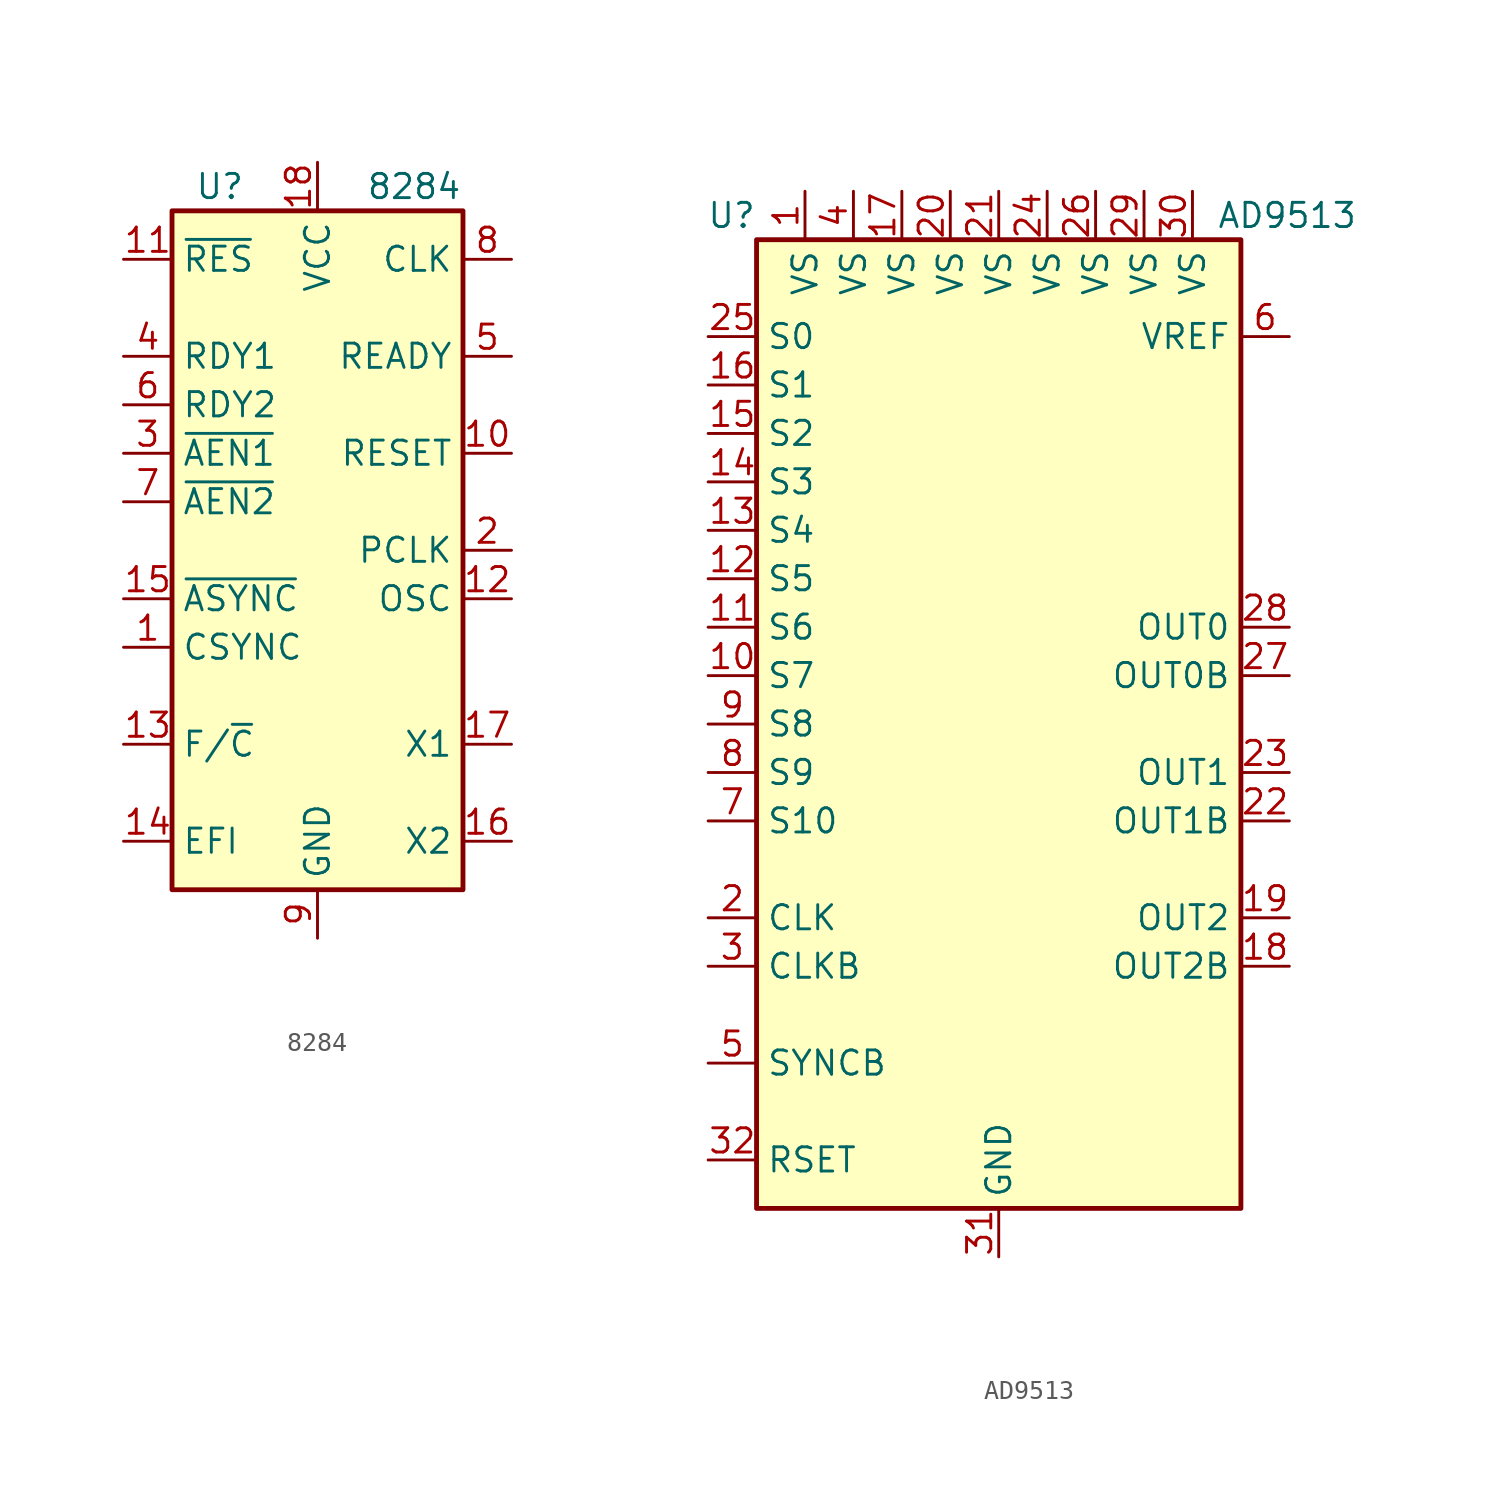
<source format=kicad_sym>
(kicad_symbol_lib
  (version 20220914)
  (generator kicad_symbol_editor)
  (symbol "8284"
    (property "Reference" "U"
      (at -3.81 19.05 0)
      (effects (font (size 1.27 1.27)) (justify right)))
    (property "Value" "8284"
      (at 2.54 19.05 0)
      (effects (font (size 1.27 1.27)) (justify left)))
    (symbol "8284_0_0"
      (rectangle (start -7.62 -17.78) (end 7.62 17.78) (stroke (width 0.254) (type default)) (fill (type background))))
    (symbol "8284_1_1"
      (pin input line (at -10.16 -5.08 0) (length 2.54) (name "CSYNC" (effects (font (size 1.27 1.27)))) (number "1" (effects (font (size 1.27 1.27)))))
      (pin output line (at 10.16 5.08 180) (length 2.54) (name "RESET" (effects (font (size 1.27 1.27)))) (number "10" (effects (font (size 1.27 1.27)))))
      (pin input line (at -10.16 15.24 0) (length 2.54) (name "~{RES}" (effects (font (size 1.27 1.27)))) (number "11" (effects (font (size 1.27 1.27)))))
      (pin output line (at 10.16 -2.54 180) (length 2.54) (name "OSC" (effects (font (size 1.27 1.27)))) (number "12" (effects (font (size 1.27 1.27)))))
      (pin input line (at -10.16 -10.16 0) (length 2.54) (name "F/~{C}" (effects (font (size 1.27 1.27)))) (number "13" (effects (font (size 1.27 1.27)))))
      (pin input line (at -10.16 -15.24 0) (length 2.54) (name "EFI" (effects (font (size 1.27 1.27)))) (number "14" (effects (font (size 1.27 1.27)))))
      (pin input line (at -10.16 -2.54 0) (length 2.54) (name "~{ASYNC}" (effects (font (size 1.27 1.27)))) (number "15" (effects (font (size 1.27 1.27)))))
      (pin output line (at 10.16 -15.24 180) (length 2.54) (name "X2" (effects (font (size 1.27 1.27)))) (number "16" (effects (font (size 1.27 1.27)))))
      (pin input line (at 10.16 -10.16 180) (length 2.54) (name "X1" (effects (font (size 1.27 1.27)))) (number "17" (effects (font (size 1.27 1.27)))))
      (pin power_in line (at 0 20.32 270) (length 2.54) (name "VCC" (effects (font (size 1.27 1.27)))) (number "18" (effects (font (size 1.27 1.27)))))
      (pin output line (at 10.16 0 180) (length 2.54) (name "PCLK" (effects (font (size 1.27 1.27)))) (number "2" (effects (font (size 1.27 1.27)))))
      (pin input line (at -10.16 5.08 0) (length 2.54) (name "~{AEN1}" (effects (font (size 1.27 1.27)))) (number "3" (effects (font (size 1.27 1.27)))))
      (pin input line (at -10.16 10.16 0) (length 2.54) (name "RDY1" (effects (font (size 1.27 1.27)))) (number "4" (effects (font (size 1.27 1.27)))))
      (pin output line (at 10.16 10.16 180) (length 2.54) (name "READY" (effects (font (size 1.27 1.27)))) (number "5" (effects (font (size 1.27 1.27)))))
      (pin input line (at -10.16 7.62 0) (length 2.54) (name "RDY2" (effects (font (size 1.27 1.27)))) (number "6" (effects (font (size 1.27 1.27)))))
      (pin input line (at -10.16 2.54 0) (length 2.54) (name "~{AEN2}" (effects (font (size 1.27 1.27)))) (number "7" (effects (font (size 1.27 1.27)))))
      (pin output line (at 10.16 15.24 180) (length 2.54) (name "CLK" (effects (font (size 1.27 1.27)))) (number "8" (effects (font (size 1.27 1.27)))))
      (pin power_in line (at 0 -20.32 90) (length 2.54) (name "GND" (effects (font (size 1.27 1.27)))) (number "9" (effects (font (size 1.27 1.27)))))))
  (symbol "AD9513"
    (property "Reference" "U"
      (at -12.7 26.67 0)
      (effects (font (size 1.27 1.27)) (justify right)))
    (property "Value" "AD9513"
      (at 11.43 26.67 0)
      (effects (font (size 1.27 1.27)) (justify left)))
    (symbol "AD9513_0_1"
      (rectangle (start -12.7 25.4) (end 12.7 -25.4) (stroke (width 0.254) (type default)) (fill (type background))))
    (symbol "AD9513_1_1"
      (pin power_in line (at -10.16 27.94 270) (length 2.54) (name "VS" (effects (font (size 1.27 1.27)))) (number "1" (effects (font (size 1.27 1.27)))))
      (pin input line (at -15.24 2.54 0) (length 2.54) (name "S7" (effects (font (size 1.27 1.27)))) (number "10" (effects (font (size 1.27 1.27)))))
      (pin input line (at -15.24 5.08 0) (length 2.54) (name "S6" (effects (font (size 1.27 1.27)))) (number "11" (effects (font (size 1.27 1.27)))))
      (pin input line (at -15.24 7.62 0) (length 2.54) (name "S5" (effects (font (size 1.27 1.27)))) (number "12" (effects (font (size 1.27 1.27)))))
      (pin input line (at -15.24 10.16 0) (length 2.54) (name "S4" (effects (font (size 1.27 1.27)))) (number "13" (effects (font (size 1.27 1.27)))))
      (pin input line (at -15.24 12.7 0) (length 2.54) (name "S3" (effects (font (size 1.27 1.27)))) (number "14" (effects (font (size 1.27 1.27)))))
      (pin input line (at -15.24 15.24 0) (length 2.54) (name "S2" (effects (font (size 1.27 1.27)))) (number "15" (effects (font (size 1.27 1.27)))))
      (pin input line (at -15.24 17.78 0) (length 2.54) (name "S1" (effects (font (size 1.27 1.27)))) (number "16" (effects (font (size 1.27 1.27)))))
      (pin power_in line (at -5.08 27.94 270) (length 2.54) (name "VS" (effects (font (size 1.27 1.27)))) (number "17" (effects (font (size 1.27 1.27)))))
      (pin output line (at 15.24 -12.7 180) (length 2.54) (name "OUT2B" (effects (font (size 1.27 1.27)))) (number "18" (effects (font (size 1.27 1.27)))))
      (pin output line (at 15.24 -10.16 180) (length 2.54) (name "OUT2" (effects (font (size 1.27 1.27)))) (number "19" (effects (font (size 1.27 1.27)))))
      (pin input line (at -15.24 -10.16 0) (length 2.54) (name "CLK" (effects (font (size 1.27 1.27)))) (number "2" (effects (font (size 1.27 1.27)))))
      (pin power_in line (at -2.54 27.94 270) (length 2.54) (name "VS" (effects (font (size 1.27 1.27)))) (number "20" (effects (font (size 1.27 1.27)))))
      (pin power_in line (at 0 27.94 270) (length 2.54) (name "VS" (effects (font (size 1.27 1.27)))) (number "21" (effects (font (size 1.27 1.27)))))
      (pin output line (at 15.24 -5.08 180) (length 2.54) (name "OUT1B" (effects (font (size 1.27 1.27)))) (number "22" (effects (font (size 1.27 1.27)))))
      (pin output line (at 15.24 -2.54 180) (length 2.54) (name "OUT1" (effects (font (size 1.27 1.27)))) (number "23" (effects (font (size 1.27 1.27)))))
      (pin power_in line (at 2.54 27.94 270) (length 2.54) (name "VS" (effects (font (size 1.27 1.27)))) (number "24" (effects (font (size 1.27 1.27)))))
      (pin input line (at -15.24 20.32 0) (length 2.54) (name "S0" (effects (font (size 1.27 1.27)))) (number "25" (effects (font (size 1.27 1.27)))))
      (pin power_in line (at 5.08 27.94 270) (length 2.54) (name "VS" (effects (font (size 1.27 1.27)))) (number "26" (effects (font (size 1.27 1.27)))))
      (pin output line (at 15.24 2.54 180) (length 2.54) (name "OUT0B" (effects (font (size 1.27 1.27)))) (number "27" (effects (font (size 1.27 1.27)))))
      (pin output line (at 15.24 5.08 180) (length 2.54) (name "OUT0" (effects (font (size 1.27 1.27)))) (number "28" (effects (font (size 1.27 1.27)))))
      (pin power_in line (at 7.62 27.94 270) (length 2.54) (name "VS" (effects (font (size 1.27 1.27)))) (number "29" (effects (font (size 1.27 1.27)))))
      (pin input line (at -15.24 -12.7 0) (length 2.54) (name "CLKB" (effects (font (size 1.27 1.27)))) (number "3" (effects (font (size 1.27 1.27)))))
      (pin power_in line (at 10.16 27.94 270) (length 2.54) (name "VS" (effects (font (size 1.27 1.27)))) (number "30" (effects (font (size 1.27 1.27)))))
      (pin power_in line (at 0 -27.94 90) (length 2.54) (name "GND" (effects (font (size 1.27 1.27)))) (number "31" (effects (font (size 1.27 1.27)))))
      (pin passive line (at -15.24 -22.86 0) (length 2.54) (name "RSET" (effects (font (size 1.27 1.27)))) (number "32" (effects (font (size 1.27 1.27)))))
      (pin passive line (at 0 -27.94 90) (length 2.54) hide (name "GND" (effects (font (size 1.27 1.27)))) (number "33" (effects (font (size 1.27 1.27)))))
      (pin power_in line (at -7.62 27.94 270) (length 2.54) (name "VS" (effects (font (size 1.27 1.27)))) (number "4" (effects (font (size 1.27 1.27)))))
      (pin input line (at -15.24 -17.78 0) (length 2.54) (name "SYNCB" (effects (font (size 1.27 1.27)))) (number "5" (effects (font (size 1.27 1.27)))))
      (pin power_out line (at 15.24 20.32 180) (length 2.54) (name "VREF" (effects (font (size 1.27 1.27)))) (number "6" (effects (font (size 1.27 1.27)))))
      (pin input line (at -15.24 -5.08 0) (length 2.54) (name "S10" (effects (font (size 1.27 1.27)))) (number "7" (effects (font (size 1.27 1.27)))))
      (pin input line (at -15.24 -2.54 0) (length 2.54) (name "S9" (effects (font (size 1.27 1.27)))) (number "8" (effects (font (size 1.27 1.27)))))
      (pin input line (at -15.24 0 0) (length 2.54) (name "S8" (effects (font (size 1.27 1.27)))) (number "9" (effects (font (size 1.27 1.27))))))))
</source>
